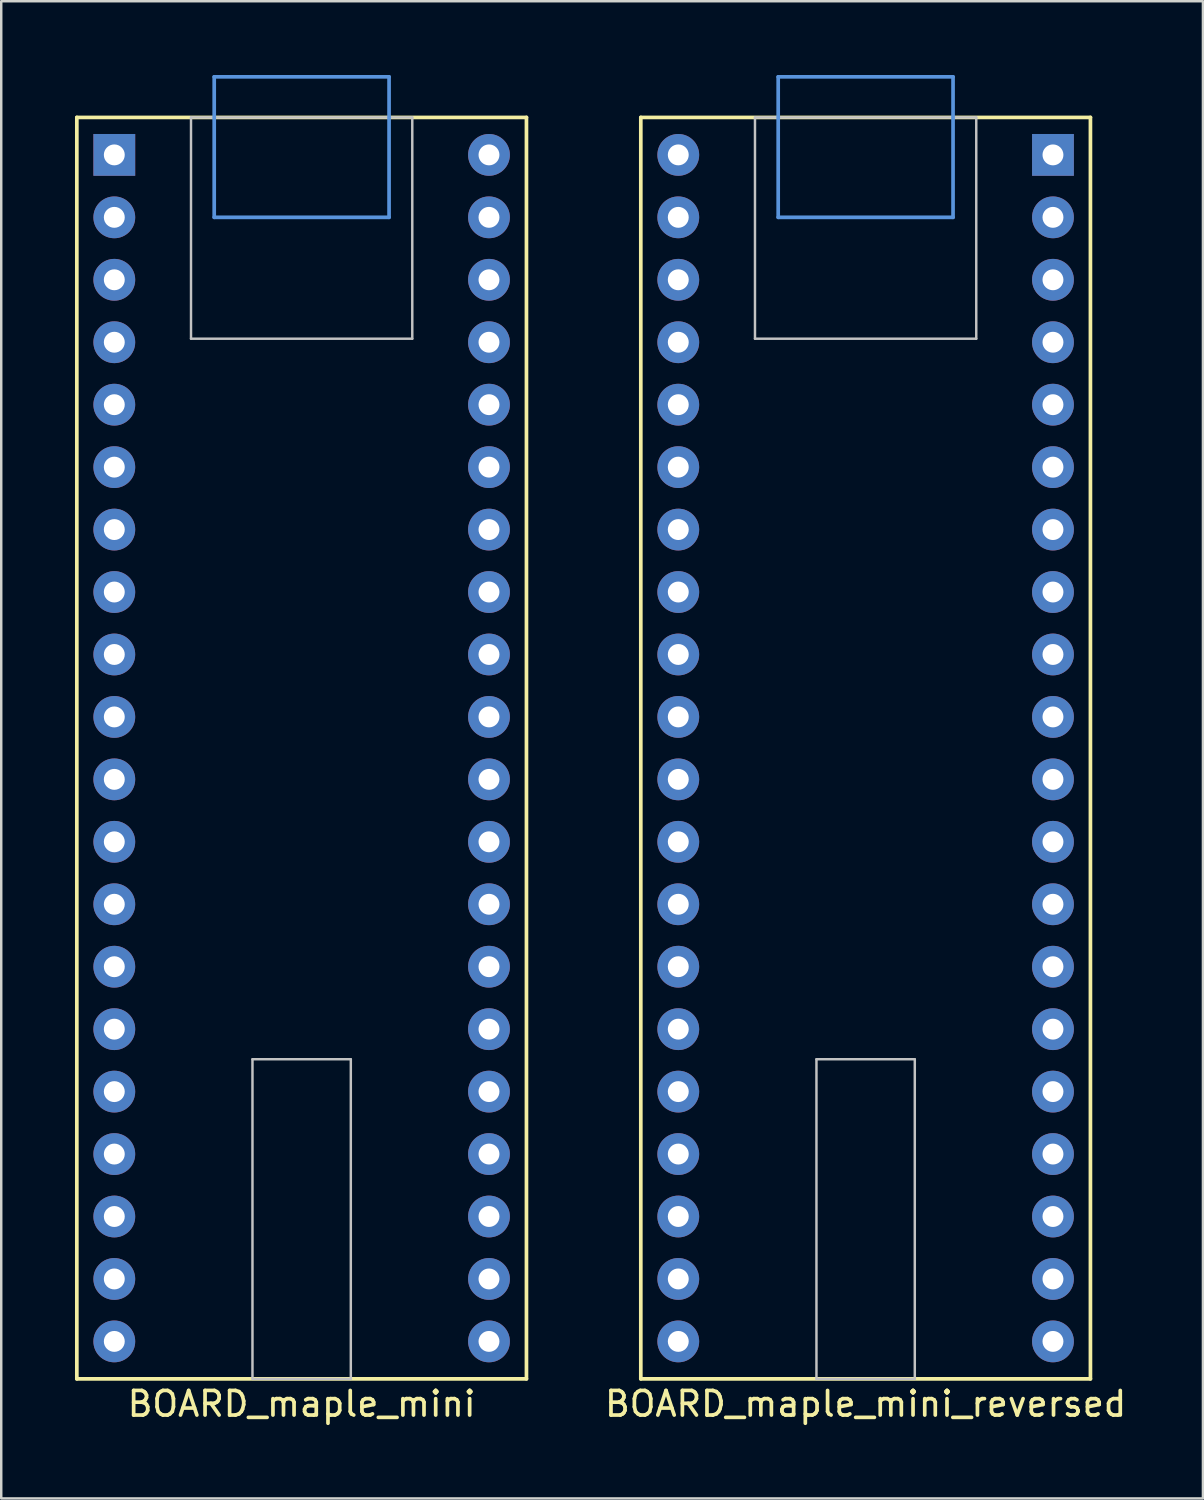
<source format=kicad_pcb>
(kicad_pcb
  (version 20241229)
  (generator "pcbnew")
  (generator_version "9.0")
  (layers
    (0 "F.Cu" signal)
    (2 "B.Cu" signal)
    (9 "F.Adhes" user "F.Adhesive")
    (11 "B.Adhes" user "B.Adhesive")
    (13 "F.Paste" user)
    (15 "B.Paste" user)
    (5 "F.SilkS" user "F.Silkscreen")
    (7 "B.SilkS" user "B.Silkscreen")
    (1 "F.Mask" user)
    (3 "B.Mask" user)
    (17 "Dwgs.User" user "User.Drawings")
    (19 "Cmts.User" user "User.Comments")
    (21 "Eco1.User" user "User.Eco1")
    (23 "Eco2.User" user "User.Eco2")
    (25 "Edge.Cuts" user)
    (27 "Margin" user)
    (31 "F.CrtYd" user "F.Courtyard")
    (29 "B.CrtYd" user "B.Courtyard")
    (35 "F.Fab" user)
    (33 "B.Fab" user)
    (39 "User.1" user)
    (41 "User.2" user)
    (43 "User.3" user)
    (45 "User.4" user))
  (footprint "BOARD_maple_mini_reversed"
    (layer "F.Cu")
    (at 32.158 1.726)
    (property "Reference" "BOARD_maple_mini_reversed" (at 0 52.324 0) (layer "F.SilkS") (effects (font (size 1 1) (thickness 0.15))))
    (attr through_hole)
    (fp_line (start -9.144 0) (end 9.144 0) (stroke (width 0.15) (type solid)) (layer "F.SilkS"))
    (fp_line (start -9.144 51.308) (end -9.144 0) (stroke (width 0.15) (type solid)) (layer "F.SilkS"))
    (fp_line (start 9.144 0) (end 9.144 51.308) (stroke (width 0.15) (type solid)) (layer "F.SilkS"))
    (fp_line (start 9.144 51.308) (end -9.144 51.308) (stroke (width 0.15) (type solid)) (layer "F.SilkS"))
    (fp_line (start -4.5 0) (end -4.5 9) (stroke (width 0.1) (type solid)) (layer "Dwgs.User"))
    (fp_line (start -4.5 9) (end 4.5 9) (stroke (width 0.1) (type solid)) (layer "Dwgs.User"))
    (fp_line (start -2 38.308) (end 2 38.308) (stroke (width 0.1) (type solid)) (layer "Dwgs.User"))
    (fp_line (start -2 51.308) (end -2 38.308) (stroke (width 0.1) (type solid)) (layer "Dwgs.User"))
    (fp_line (start 2 38.308) (end 2 51.308) (stroke (width 0.1) (type solid)) (layer "Dwgs.User"))
    (fp_line (start 2 51.308) (end -2 51.308) (stroke (width 0.1) (type solid)) (layer "Dwgs.User"))
    (fp_line (start 4.5 0) (end -4.5 0) (stroke (width 0.1) (type solid)) (layer "Dwgs.User"))
    (fp_line (start 4.5 9) (end 4.5 0) (stroke (width 0.1) (type solid)) (layer "Dwgs.User"))
    (fp_line (start -3.556 -1.651) (end -3.556 4.064) (stroke (width 0.15) (type solid)) (layer "Cmts.User"))
    (fp_line (start -3.556 4.064) (end 3.556 4.064) (stroke (width 0.15) (type solid)) (layer "Cmts.User"))
    (fp_line (start 3.556 -1.651) (end -3.556 -1.651) (stroke (width 0.15) (type solid)) (layer "Cmts.User"))
    (fp_line (start 3.556 4.064) (end 3.556 -1.651) (stroke (width 0.15) (type solid)) (layer "Cmts.User"))
    (pad "1" thru_hole rect (at 7.62 1.524) (size 1.7 1.7) (drill 0.85) (layers "*.Cu" "*.Mask"))
    (pad "2" thru_hole circle (at 7.62 4.064) (size 1.7 1.7) (drill 0.85) (layers "*.Cu" "*.Mask"))
    (pad "3" thru_hole circle (at 7.62 6.604) (size 1.7 1.7) (drill 0.85) (layers "*.Cu" "*.Mask"))
    (pad "4" thru_hole circle (at 7.62 9.144) (size 1.7 1.7) (drill 0.85) (layers "*.Cu" "*.Mask"))
    (pad "5" thru_hole circle (at 7.62 11.684) (size 1.7 1.7) (drill 0.85) (layers "*.Cu" "*.Mask"))
    (pad "6" thru_hole circle (at 7.62 14.224) (size 1.7 1.7) (drill 0.85) (layers "*.Cu" "*.Mask"))
    (pad "7" thru_hole circle (at 7.62 16.764) (size 1.7 1.7) (drill 0.85) (layers "*.Cu" "*.Mask"))
    (pad "8" thru_hole circle (at 7.62 19.304) (size 1.7 1.7) (drill 0.85) (layers "*.Cu" "*.Mask"))
    (pad "9" thru_hole circle (at 7.62 21.844) (size 1.7 1.7) (drill 0.85) (layers "*.Cu" "*.Mask"))
    (pad "10" thru_hole circle (at 7.62 24.384) (size 1.7 1.7) (drill 0.85) (layers "*.Cu" "*.Mask"))
    (pad "11" thru_hole circle (at 7.62 26.924) (size 1.7 1.7) (drill 0.85) (layers "*.Cu" "*.Mask"))
    (pad "12" thru_hole circle (at 7.62 29.464) (size 1.7 1.7) (drill 0.85) (layers "*.Cu" "*.Mask"))
    (pad "13" thru_hole circle (at 7.62 32.004) (size 1.7 1.7) (drill 0.85) (layers "*.Cu" "*.Mask"))
    (pad "14" thru_hole circle (at 7.62 34.544) (size 1.7 1.7) (drill 0.85) (layers "*.Cu" "*.Mask"))
    (pad "15" thru_hole circle (at 7.62 37.084) (size 1.7 1.7) (drill 0.85) (layers "*.Cu" "*.Mask"))
    (pad "16" thru_hole circle (at 7.62 39.624) (size 1.7 1.7) (drill 0.85) (layers "*.Cu" "*.Mask"))
    (pad "17" thru_hole circle (at 7.62 42.164) (size 1.7 1.7) (drill 0.85) (layers "*.Cu" "*.Mask"))
    (pad "18" thru_hole circle (at 7.62 44.704) (size 1.7 1.7) (drill 0.85) (layers "*.Cu" "*.Mask"))
    (pad "19" thru_hole circle (at 7.62 47.244) (size 1.7 1.7) (drill 0.85) (layers "*.Cu" "*.Mask"))
    (pad "20" thru_hole circle (at 7.62 49.784) (size 1.7 1.7) (drill 0.85) (layers "*.Cu" "*.Mask"))
    (pad "21" thru_hole circle (at -7.62 49.784) (size 1.7 1.7) (drill 0.85) (layers "*.Cu" "*.Mask"))
    (pad "22" thru_hole circle (at -7.62 47.244) (size 1.7 1.7) (drill 0.85) (layers "*.Cu" "*.Mask"))
    (pad "23" thru_hole circle (at -7.62 44.704) (size 1.7 1.7) (drill 0.85) (layers "*.Cu" "*.Mask"))
    (pad "24" thru_hole circle (at -7.62 42.164) (size 1.7 1.7) (drill 0.85) (layers "*.Cu" "*.Mask"))
    (pad "25" thru_hole circle (at -7.62 39.624) (size 1.7 1.7) (drill 0.85) (layers "*.Cu" "*.Mask"))
    (pad "26" thru_hole circle (at -7.62 37.084) (size 1.7 1.7) (drill 0.85) (layers "*.Cu" "*.Mask"))
    (pad "27" thru_hole circle (at -7.62 34.544) (size 1.7 1.7) (drill 0.85) (layers "*.Cu" "*.Mask"))
    (pad "28" thru_hole circle (at -7.62 32.004) (size 1.7 1.7) (drill 0.85) (layers "*.Cu" "*.Mask"))
    (pad "29" thru_hole circle (at -7.62 29.464) (size 1.7 1.7) (drill 0.85) (layers "*.Cu" "*.Mask"))
    (pad "30" thru_hole circle (at -7.62 26.924) (size 1.7 1.7) (drill 0.85) (layers "*.Cu" "*.Mask"))
    (pad "31" thru_hole circle (at -7.62 24.384) (size 1.7 1.7) (drill 0.85) (layers "*.Cu" "*.Mask"))
    (pad "32" thru_hole circle (at -7.62 21.844) (size 1.7 1.7) (drill 0.85) (layers "*.Cu" "*.Mask"))
    (pad "33" thru_hole circle (at -7.62 19.304) (size 1.7 1.7) (drill 0.85) (layers "*.Cu" "*.Mask"))
    (pad "34" thru_hole circle (at -7.62 16.764) (size 1.7 1.7) (drill 0.85) (layers "*.Cu" "*.Mask"))
    (pad "35" thru_hole circle (at -7.62 14.224) (size 1.7 1.7) (drill 0.85) (layers "*.Cu" "*.Mask"))
    (pad "36" thru_hole circle (at -7.62 11.684) (size 1.7 1.7) (drill 0.85) (layers "*.Cu" "*.Mask"))
    (pad "37" thru_hole circle (at -7.62 9.144) (size 1.7 1.7) (drill 0.85) (layers "*.Cu" "*.Mask"))
    (pad "38" thru_hole circle (at -7.62 6.604) (size 1.7 1.7) (drill 0.85) (layers "*.Cu" "*.Mask"))
    (pad "39" thru_hole circle (at -7.62 4.064) (size 1.7 1.7) (drill 0.85) (layers "*.Cu" "*.Mask"))
    (pad "40" thru_hole circle (at -7.62 1.524) (size 1.7 1.7) (drill 0.85) (layers "*.Cu" "*.Mask")))
  (footprint "BOARD_maple_mini"
    (layer "F.Cu")
    (at 9.219 1.726)
    (property "Reference" "BOARD_maple_mini" (at 0 52.324 0) (layer "F.SilkS") (effects (font (size 1 1) (thickness 0.15))))
    (attr through_hole)
    (fp_line (start -9.144 0) (end 9.144 0) (stroke (width 0.15) (type solid)) (layer "F.SilkS"))
    (fp_line (start -9.144 51.308) (end -9.144 0) (stroke (width 0.15) (type solid)) (layer "F.SilkS"))
    (fp_line (start 9.144 0) (end 9.144 51.308) (stroke (width 0.15) (type solid)) (layer "F.SilkS"))
    (fp_line (start 9.144 51.308) (end -9.144 51.308) (stroke (width 0.15) (type solid)) (layer "F.SilkS"))
    (fp_line (start -4.5 0) (end -4.5 9) (stroke (width 0.1) (type solid)) (layer "Dwgs.User"))
    (fp_line (start -4.5 9) (end 4.5 9) (stroke (width 0.1) (type solid)) (layer "Dwgs.User"))
    (fp_line (start -2 38.308) (end 2 38.308) (stroke (width 0.1) (type solid)) (layer "Dwgs.User"))
    (fp_line (start -2 51.308) (end -2 38.308) (stroke (width 0.1) (type solid)) (layer "Dwgs.User"))
    (fp_line (start 2 38.308) (end 2 51.308) (stroke (width 0.1) (type solid)) (layer "Dwgs.User"))
    (fp_line (start 2 51.308) (end -2 51.308) (stroke (width 0.1) (type solid)) (layer "Dwgs.User"))
    (fp_line (start 4.5 0) (end -4.5 0) (stroke (width 0.1) (type solid)) (layer "Dwgs.User"))
    (fp_line (start 4.5 9) (end 4.5 0) (stroke (width 0.1) (type solid)) (layer "Dwgs.User"))
    (fp_line (start -3.556 -1.651) (end -3.556 4.064) (stroke (width 0.15) (type solid)) (layer "Cmts.User"))
    (fp_line (start -3.556 4.064) (end 3.556 4.064) (stroke (width 0.15) (type solid)) (layer "Cmts.User"))
    (fp_line (start 3.556 -1.651) (end -3.556 -1.651) (stroke (width 0.15) (type solid)) (layer "Cmts.User"))
    (fp_line (start 3.556 4.064) (end 3.556 -1.651) (stroke (width 0.15) (type solid)) (layer "Cmts.User"))
    (pad "1" thru_hole rect (at -7.62 1.524) (size 1.7 1.7) (drill 0.85) (layers "*.Cu" "*.Mask"))
    (pad "2" thru_hole circle (at -7.62 4.064) (size 1.7 1.7) (drill 0.85) (layers "*.Cu" "*.Mask"))
    (pad "3" thru_hole circle (at -7.62 6.604) (size 1.7 1.7) (drill 0.85) (layers "*.Cu" "*.Mask"))
    (pad "4" thru_hole circle (at -7.62 9.144) (size 1.7 1.7) (drill 0.85) (layers "*.Cu" "*.Mask"))
    (pad "5" thru_hole circle (at -7.62 11.684) (size 1.7 1.7) (drill 0.85) (layers "*.Cu" "*.Mask"))
    (pad "6" thru_hole circle (at -7.62 14.224) (size 1.7 1.7) (drill 0.85) (layers "*.Cu" "*.Mask"))
    (pad "7" thru_hole circle (at -7.62 16.764) (size 1.7 1.7) (drill 0.85) (layers "*.Cu" "*.Mask"))
    (pad "8" thru_hole circle (at -7.62 19.304) (size 1.7 1.7) (drill 0.85) (layers "*.Cu" "*.Mask"))
    (pad "9" thru_hole circle (at -7.62 21.844) (size 1.7 1.7) (drill 0.85) (layers "*.Cu" "*.Mask"))
    (pad "10" thru_hole circle (at -7.62 24.384) (size 1.7 1.7) (drill 0.85) (layers "*.Cu" "*.Mask"))
    (pad "11" thru_hole circle (at -7.62 26.924) (size 1.7 1.7) (drill 0.85) (layers "*.Cu" "*.Mask"))
    (pad "12" thru_hole circle (at -7.62 29.464) (size 1.7 1.7) (drill 0.85) (layers "*.Cu" "*.Mask"))
    (pad "13" thru_hole circle (at -7.62 32.004) (size 1.7 1.7) (drill 0.85) (layers "*.Cu" "*.Mask"))
    (pad "14" thru_hole circle (at -7.62 34.544) (size 1.7 1.7) (drill 0.85) (layers "*.Cu" "*.Mask"))
    (pad "15" thru_hole circle (at -7.62 37.084) (size 1.7 1.7) (drill 0.85) (layers "*.Cu" "*.Mask"))
    (pad "16" thru_hole circle (at -7.62 39.624) (size 1.7 1.7) (drill 0.85) (layers "*.Cu" "*.Mask"))
    (pad "17" thru_hole circle (at -7.62 42.164) (size 1.7 1.7) (drill 0.85) (layers "*.Cu" "*.Mask"))
    (pad "18" thru_hole circle (at -7.62 44.704) (size 1.7 1.7) (drill 0.85) (layers "*.Cu" "*.Mask"))
    (pad "19" thru_hole circle (at -7.62 47.244) (size 1.7 1.7) (drill 0.85) (layers "*.Cu" "*.Mask"))
    (pad "20" thru_hole circle (at -7.62 49.784) (size 1.7 1.7) (drill 0.85) (layers "*.Cu" "*.Mask"))
    (pad "21" thru_hole circle (at 7.62 49.784) (size 1.7 1.7) (drill 0.85) (layers "*.Cu" "*.Mask"))
    (pad "22" thru_hole circle (at 7.62 47.244) (size 1.7 1.7) (drill 0.85) (layers "*.Cu" "*.Mask"))
    (pad "23" thru_hole circle (at 7.62 44.704) (size 1.7 1.7) (drill 0.85) (layers "*.Cu" "*.Mask"))
    (pad "24" thru_hole circle (at 7.62 42.164) (size 1.7 1.7) (drill 0.85) (layers "*.Cu" "*.Mask"))
    (pad "25" thru_hole circle (at 7.62 39.624) (size 1.7 1.7) (drill 0.85) (layers "*.Cu" "*.Mask"))
    (pad "26" thru_hole circle (at 7.62 37.084) (size 1.7 1.7) (drill 0.85) (layers "*.Cu" "*.Mask"))
    (pad "27" thru_hole circle (at 7.62 34.544) (size 1.7 1.7) (drill 0.85) (layers "*.Cu" "*.Mask"))
    (pad "28" thru_hole circle (at 7.62 32.004) (size 1.7 1.7) (drill 0.85) (layers "*.Cu" "*.Mask"))
    (pad "29" thru_hole circle (at 7.62 29.464) (size 1.7 1.7) (drill 0.85) (layers "*.Cu" "*.Mask"))
    (pad "30" thru_hole circle (at 7.62 26.924) (size 1.7 1.7) (drill 0.85) (layers "*.Cu" "*.Mask"))
    (pad "31" thru_hole circle (at 7.62 24.384) (size 1.7 1.7) (drill 0.85) (layers "*.Cu" "*.Mask"))
    (pad "32" thru_hole circle (at 7.62 21.844) (size 1.7 1.7) (drill 0.85) (layers "*.Cu" "*.Mask"))
    (pad "33" thru_hole circle (at 7.62 19.304) (size 1.7 1.7) (drill 0.85) (layers "*.Cu" "*.Mask"))
    (pad "34" thru_hole circle (at 7.62 16.764) (size 1.7 1.7) (drill 0.85) (layers "*.Cu" "*.Mask"))
    (pad "35" thru_hole circle (at 7.62 14.224) (size 1.7 1.7) (drill 0.85) (layers "*.Cu" "*.Mask"))
    (pad "36" thru_hole circle (at 7.62 11.684) (size 1.7 1.7) (drill 0.85) (layers "*.Cu" "*.Mask"))
    (pad "37" thru_hole circle (at 7.62 9.144) (size 1.7 1.7) (drill 0.85) (layers "*.Cu" "*.Mask"))
    (pad "38" thru_hole circle (at 7.62 6.604) (size 1.7 1.7) (drill 0.85) (layers "*.Cu" "*.Mask"))
    (pad "39" thru_hole circle (at 7.62 4.064) (size 1.7 1.7) (drill 0.85) (layers "*.Cu" "*.Mask"))
    (pad "40" thru_hole circle (at 7.62 1.524) (size 1.7 1.7) (drill 0.85) (layers "*.Cu" "*.Mask")))
  (gr_rect
    (start -3 -3)
    (end 45.878 57.898)
    (stroke (width 0.1) (type default))
    (fill no)
    (layer "Edge.Cuts")))
</source>
